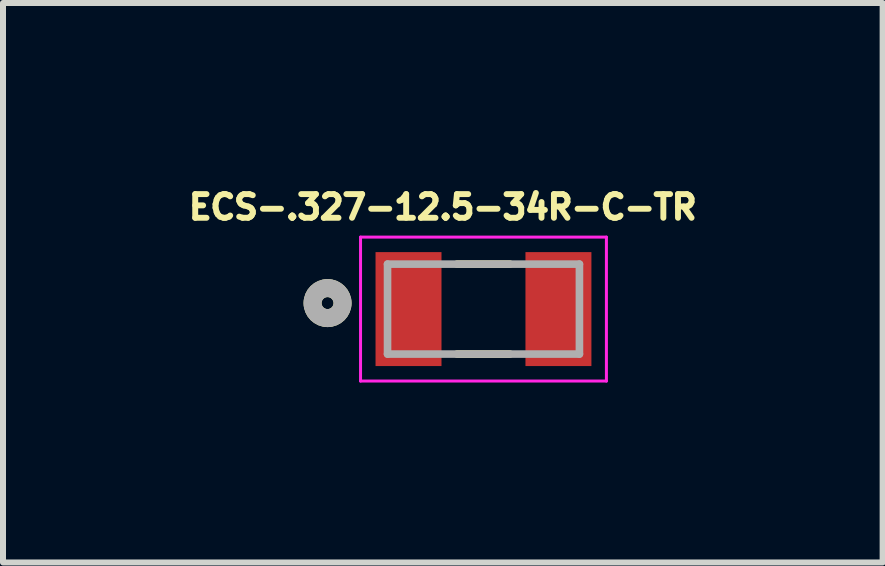
<source format=kicad_pcb>
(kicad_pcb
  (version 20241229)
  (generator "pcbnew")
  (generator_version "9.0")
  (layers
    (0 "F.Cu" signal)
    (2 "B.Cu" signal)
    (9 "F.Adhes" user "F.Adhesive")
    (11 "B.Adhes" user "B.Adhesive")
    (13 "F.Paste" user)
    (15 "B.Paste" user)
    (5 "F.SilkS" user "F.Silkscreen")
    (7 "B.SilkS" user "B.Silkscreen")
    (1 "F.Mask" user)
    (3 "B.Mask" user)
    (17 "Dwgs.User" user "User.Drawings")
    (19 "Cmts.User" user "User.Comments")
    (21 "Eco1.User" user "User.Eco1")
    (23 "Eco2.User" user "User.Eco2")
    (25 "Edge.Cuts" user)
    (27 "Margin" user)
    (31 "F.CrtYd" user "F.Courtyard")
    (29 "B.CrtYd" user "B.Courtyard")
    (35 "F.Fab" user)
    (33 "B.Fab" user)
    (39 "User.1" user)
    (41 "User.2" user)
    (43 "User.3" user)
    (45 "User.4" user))
  (footprint "ECS-.327-12.5-34R-C-TR"
    (layer "F.Cu")
    (at 5.012 2.104)
    (property "Reference" "ECS-.327-12.5-34R-C-TR" (at -0.678 -1.7 0) (layer "F.SilkS") (effects (font (size 0.395 0.395) (thickness 0.15))))
    (attr smd)
    (fp_line (start -0.44 -0.75) (end 0.44 -0.75) (stroke (width 0.127) (type solid)) (layer "F.SilkS"))
    (fp_line (start -0.44 0.75) (end 0.44 0.75) (stroke (width 0.127) (type solid)) (layer "F.SilkS"))
    (fp_circle (center -2.6 -0.1) (end -2.5 -0.1) (stroke (width 0.3) (type solid)) (fill no) (layer "F.SilkS"))
    (fp_line (start -2.05 -1.2) (end 2.05 -1.2) (stroke (width 0.05) (type solid)) (layer "F.CrtYd"))
    (fp_line (start -2.05 1.2) (end -2.05 -1.2) (stroke (width 0.05) (type solid)) (layer "F.CrtYd"))
    (fp_line (start 2.05 -1.2) (end 2.05 1.2) (stroke (width 0.05) (type solid)) (layer "F.CrtYd"))
    (fp_line (start 2.05 1.2) (end -2.05 1.2) (stroke (width 0.05) (type solid)) (layer "F.CrtYd"))
    (fp_line (start -1.6 -0.75) (end -1.6 0.75) (stroke (width 0.127) (type solid)) (layer "F.Fab"))
    (fp_line (start -1.6 0.75) (end 1.6 0.75) (stroke (width 0.127) (type solid)) (layer "F.Fab"))
    (fp_line (start 1.6 -0.75) (end -1.6 -0.75) (stroke (width 0.127) (type solid)) (layer "F.Fab"))
    (fp_line (start 1.6 0.75) (end 1.6 -0.75) (stroke (width 0.127) (type solid)) (layer "F.Fab"))
    (fp_circle (center -2.6 -0.1) (end -2.5 -0.1) (stroke (width 0.3) (type solid)) (fill no) (layer "F.Fab"))
    (pad "1" smd rect (at -1.25 0 180) (size 1.1 1.9) (layers "F.Cu" "F.Mask" "F.Paste"))
    (pad "2" smd rect (at 1.25 0 180) (size 1.1 1.9) (layers "F.Cu" "F.Mask" "F.Paste")))
  (gr_rect
    (start -3 -3)
    (end 11.668 6.329)
    (stroke (width 0.1) (type default))
    (fill no)
    (layer "Edge.Cuts")))
</source>
